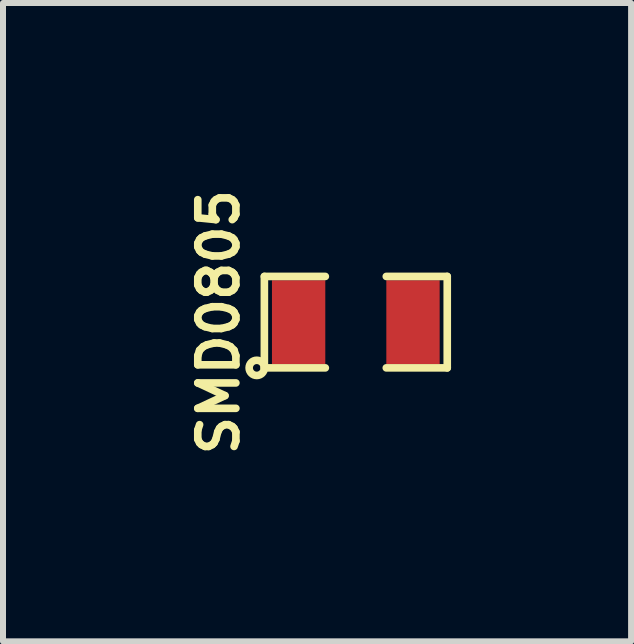
<source format=kicad_pcb>
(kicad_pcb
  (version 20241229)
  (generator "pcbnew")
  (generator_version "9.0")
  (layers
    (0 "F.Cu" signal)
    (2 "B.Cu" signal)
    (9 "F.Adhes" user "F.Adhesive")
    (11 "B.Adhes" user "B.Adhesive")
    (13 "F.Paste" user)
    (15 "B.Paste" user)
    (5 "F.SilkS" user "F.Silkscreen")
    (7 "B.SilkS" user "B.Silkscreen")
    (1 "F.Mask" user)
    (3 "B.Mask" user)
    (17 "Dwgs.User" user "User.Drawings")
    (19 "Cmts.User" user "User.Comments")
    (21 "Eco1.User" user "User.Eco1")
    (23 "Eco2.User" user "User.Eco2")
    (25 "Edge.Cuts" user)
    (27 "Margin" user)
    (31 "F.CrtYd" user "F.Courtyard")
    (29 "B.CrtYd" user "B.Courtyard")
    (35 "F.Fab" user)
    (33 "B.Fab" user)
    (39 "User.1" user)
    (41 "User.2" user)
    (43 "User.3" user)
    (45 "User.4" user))
  (footprint "SMD0805"
    (layer "F.Cu")
    (at 2.88 2.319)
    (property "Reference" "SMD0805" (at -2.286 0 90) (layer "F.SilkS") (effects (font (size 0.635 0.635) (thickness 0.127))))
    (attr smd)
    (fp_line (start -1.524 -0.762) (end -0.508 -0.762) (stroke (width 0.127) (type solid)) (layer "F.SilkS"))
    (fp_line (start -1.524 0.762) (end -1.524 -0.762) (stroke (width 0.127) (type solid)) (layer "F.SilkS"))
    (fp_line (start -0.508 0.762) (end -1.524 0.762) (stroke (width 0.127) (type solid)) (layer "F.SilkS"))
    (fp_line (start 0.508 -0.762) (end 1.524 -0.762) (stroke (width 0.127) (type solid)) (layer "F.SilkS"))
    (fp_line (start 1.524 -0.762) (end 1.524 0.762) (stroke (width 0.127) (type solid)) (layer "F.SilkS"))
    (fp_line (start 1.524 0.762) (end 0.508 0.762) (stroke (width 0.127) (type solid)) (layer "F.SilkS"))
    (fp_circle (center -1.651 0.762) (end -1.651 0.635) (stroke (width 0.127) (type solid)) (fill no) (layer "F.SilkS"))
    (pad "1" smd rect (at -0.953 0) (size 0.889 1.397) (layers "F.Cu" "F.Mask" "F.Paste"))
    (pad "2" smd rect (at 0.953 0) (size 0.889 1.397) (layers "F.Cu" "F.Mask" "F.Paste")))
  (gr_rect
    (start -3 -3)
    (end 7.468 7.639)
    (stroke (width 0.1) (type default))
    (fill no)
    (layer "Edge.Cuts")))
</source>
